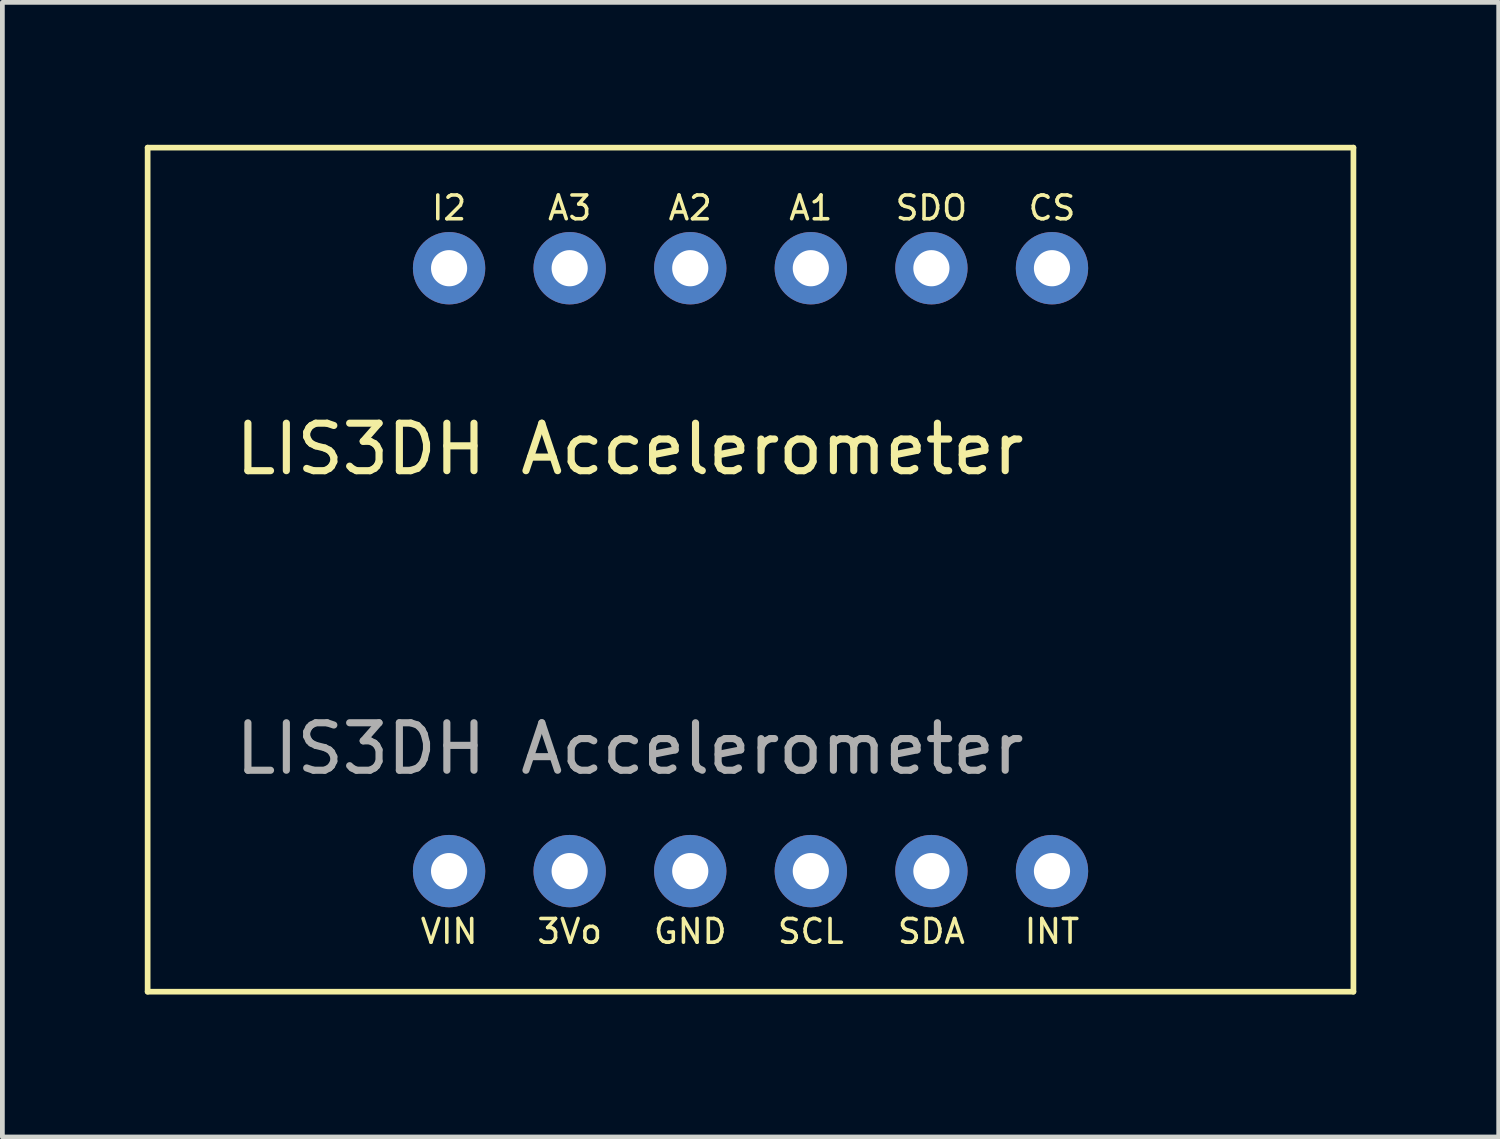
<source format=kicad_pcb>
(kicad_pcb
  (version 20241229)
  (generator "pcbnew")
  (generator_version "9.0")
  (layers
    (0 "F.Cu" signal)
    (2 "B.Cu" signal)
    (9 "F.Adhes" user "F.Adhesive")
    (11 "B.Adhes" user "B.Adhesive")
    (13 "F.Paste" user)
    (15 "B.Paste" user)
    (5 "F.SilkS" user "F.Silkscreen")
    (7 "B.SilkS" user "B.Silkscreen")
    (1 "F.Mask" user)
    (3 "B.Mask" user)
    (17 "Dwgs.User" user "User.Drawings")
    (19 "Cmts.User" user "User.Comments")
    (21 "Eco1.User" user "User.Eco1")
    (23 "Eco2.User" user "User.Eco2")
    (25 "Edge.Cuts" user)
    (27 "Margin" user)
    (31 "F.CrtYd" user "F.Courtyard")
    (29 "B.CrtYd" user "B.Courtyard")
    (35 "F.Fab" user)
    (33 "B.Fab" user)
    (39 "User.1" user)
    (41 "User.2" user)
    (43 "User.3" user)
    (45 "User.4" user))
  (footprint "LIS3DH Accelerometer"
    (layer "F.Cu")
    (at 12.76 8.95)
    (property "Reference" "LIS3DH Accelerometer" (at -2.54 -2.54 0) (unlocked yes) (layer "F.SilkS") (effects (font (size 1 1) (thickness 0.15))))
    (attr through_hole)
    (fp_line (start -12.7 -8.89) (end 12.7 -8.89) (stroke (width 0.12) (type solid)) (layer "F.SilkS"))
    (fp_line (start -12.7 8.89) (end -12.7 -8.89) (stroke (width 0.12) (type solid)) (layer "F.SilkS"))
    (fp_line (start 12.7 -8.89) (end 12.7 8.89) (stroke (width 0.12) (type solid)) (layer "F.SilkS"))
    (fp_line (start 12.7 8.89) (end -12.7 8.89) (stroke (width 0.12) (type solid)) (layer "F.SilkS"))
    (fp_text user "INT" (at 6.35 7.62 0) (unlocked yes) (layer "F.SilkS") (effects (font (size 0.5 0.5) (thickness 0.075))))
    (fp_text user "A2" (at -1.27 -7.62 0) (unlocked yes) (layer "F.SilkS") (effects (font (size 0.5 0.5) (thickness 0.075))))
    (fp_text user "SDA" (at 3.81 7.62 0) (unlocked yes) (layer "F.SilkS") (effects (font (size 0.5 0.5) (thickness 0.075))))
    (fp_text user "3Vo" (at -3.81 7.62 0) (unlocked yes) (layer "F.SilkS") (effects (font (size 0.5 0.5) (thickness 0.075))))
    (fp_text user "I2" (at -6.35 -7.62 0) (unlocked yes) (layer "F.SilkS") (effects (font (size 0.5 0.5) (thickness 0.075))))
    (fp_text user "CS" (at 6.35 -7.62 0) (unlocked yes) (layer "F.SilkS") (effects (font (size 0.5 0.5) (thickness 0.075))))
    (fp_text user "A3" (at -3.81 -7.62 0) (unlocked yes) (layer "F.SilkS") (effects (font (size 0.5 0.5) (thickness 0.075))))
    (fp_text user "A1" (at 1.27 -7.62 0) (unlocked yes) (layer "F.SilkS") (effects (font (size 0.5 0.5) (thickness 0.075))))
    (fp_text user "SDO" (at 3.81 -7.62 0) (unlocked yes) (layer "F.SilkS") (effects (font (size 0.5 0.5) (thickness 0.075))))
    (fp_text user "GND" (at -1.27 7.62 0) (unlocked yes) (layer "F.SilkS") (effects (font (size 0.5 0.5) (thickness 0.075))))
    (fp_text user "SCL" (at 1.27 7.62 0) (unlocked yes) (layer "F.SilkS") (effects (font (size 0.5 0.5) (thickness 0.075))))
    (fp_text user "VIN" (at -6.35 7.62 0) (unlocked yes) (layer "F.SilkS") (effects (font (size 0.5 0.5) (thickness 0.075))))
    (fp_text user "${REFERENCE}" (at -2.54 3.77 0) (unlocked yes) (layer "F.Fab") (effects (font (size 1 1) (thickness 0.15))))
    (pad "1" thru_hole circle (at -6.35 -6.35) (size 1.524 1.524) (drill 0.762) (layers "*.Cu" "*.Mask"))
    (pad "2" thru_hole circle (at -3.81 -6.35) (size 1.524 1.524) (drill 0.762) (layers "*.Cu" "*.Mask"))
    (pad "3" thru_hole circle (at -1.27 -6.35) (size 1.524 1.524) (drill 0.762) (layers "*.Cu" "*.Mask"))
    (pad "4" thru_hole circle (at 1.27 -6.35) (size 1.524 1.524) (drill 0.762) (layers "*.Cu" "*.Mask"))
    (pad "5" thru_hole circle (at 3.81 -6.35) (size 1.524 1.524) (drill 0.762) (layers "*.Cu" "*.Mask"))
    (pad "6" thru_hole circle (at 6.35 -6.35) (size 1.524 1.524) (drill 0.762) (layers "*.Cu" "*.Mask"))
    (pad "7" thru_hole circle (at 6.35 6.35) (size 1.524 1.524) (drill 0.762) (layers "*.Cu" "*.Mask"))
    (pad "8" thru_hole circle (at 3.81 6.35) (size 1.524 1.524) (drill 0.762) (layers "*.Cu" "*.Mask"))
    (pad "9" thru_hole circle (at 1.27 6.35) (size 1.524 1.524) (drill 0.762) (layers "*.Cu" "*.Mask"))
    (pad "10" thru_hole circle (at -1.27 6.35) (size 1.524 1.524) (drill 0.762) (layers "*.Cu" "*.Mask"))
    (pad "11" thru_hole circle (at -3.81 6.35) (size 1.524 1.524) (drill 0.762) (layers "*.Cu" "*.Mask"))
    (pad "12" thru_hole circle (at -6.35 6.35) (size 1.524 1.524) (drill 0.762) (layers "*.Cu" "*.Mask")))
  (gr_rect
    (start -3 -3)
    (end 28.52 20.9)
    (stroke (width 0.1) (type default))
    (fill no)
    (layer "Edge.Cuts")))
</source>
